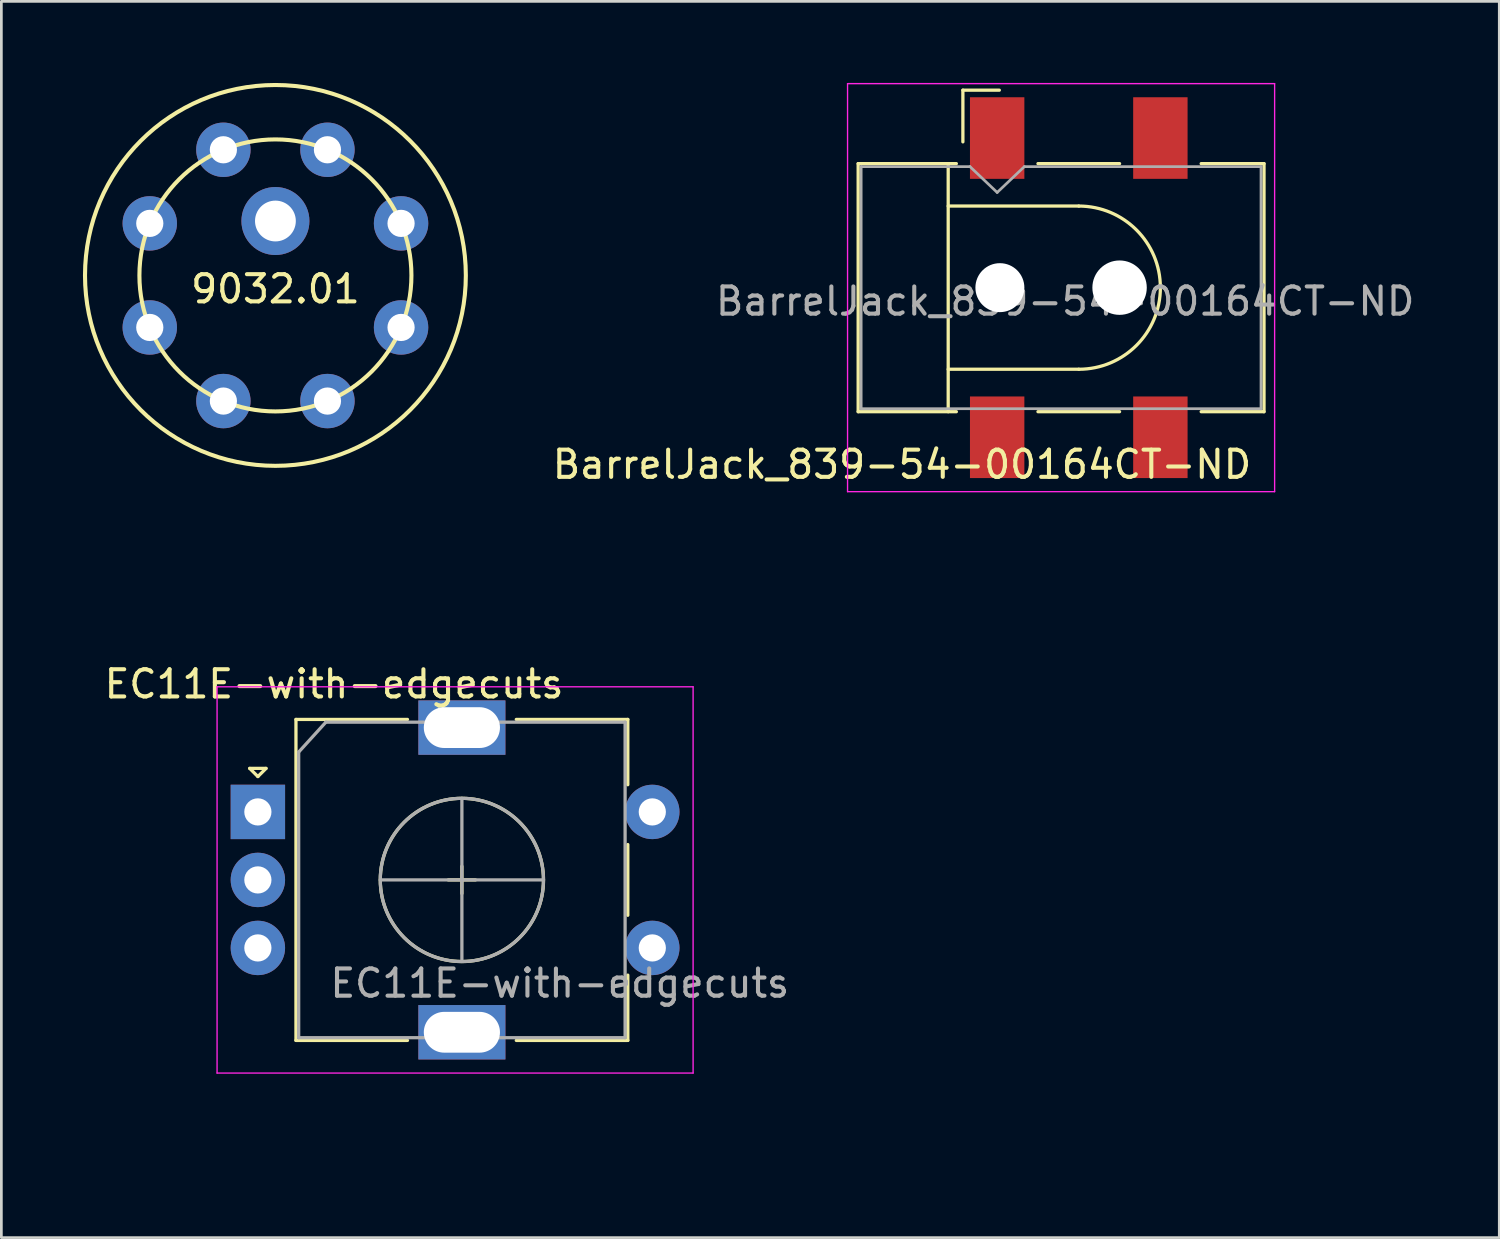
<source format=kicad_pcb>
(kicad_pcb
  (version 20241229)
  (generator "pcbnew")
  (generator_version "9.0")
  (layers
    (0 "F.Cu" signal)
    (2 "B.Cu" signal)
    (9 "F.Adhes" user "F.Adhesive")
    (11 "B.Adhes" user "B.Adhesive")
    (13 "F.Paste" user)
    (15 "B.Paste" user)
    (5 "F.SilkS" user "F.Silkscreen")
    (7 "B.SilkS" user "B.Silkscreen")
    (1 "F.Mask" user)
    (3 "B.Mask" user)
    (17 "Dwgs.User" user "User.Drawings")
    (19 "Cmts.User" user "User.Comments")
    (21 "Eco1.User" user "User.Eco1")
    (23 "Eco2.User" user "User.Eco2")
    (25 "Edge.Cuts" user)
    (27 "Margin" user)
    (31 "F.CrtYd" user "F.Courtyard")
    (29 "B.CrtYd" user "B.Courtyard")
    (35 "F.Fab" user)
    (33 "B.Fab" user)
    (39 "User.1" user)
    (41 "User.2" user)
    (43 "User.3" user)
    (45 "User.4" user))
  (footprint "EC11E-with-edgecuts"
    (layer "F.Cu")
    (at 13.93 29.298)
    (property "Reference" "EC11E-with-edgecuts" (at -4.7 -7.2 0) (layer "F.SilkS") (effects (font (size 1 1) (thickness 0.15))))
    (attr through_hole)
    (fp_line (start -7.8 -4.1) (end -7.2 -4.1) (stroke (width 0.12) (type solid)) (layer "F.SilkS"))
    (fp_line (start -7.5 -3.8) (end -7.8 -4.1) (stroke (width 0.12) (type solid)) (layer "F.SilkS"))
    (fp_line (start -7.2 -4.1) (end -7.5 -3.8) (stroke (width 0.12) (type solid)) (layer "F.SilkS"))
    (fp_line (start -6.1 -5.9) (end -6.1 5.9) (stroke (width 0.12) (type solid)) (layer "F.SilkS"))
    (fp_line (start -2 -5.9) (end -6.1 -5.9) (stroke (width 0.12) (type solid)) (layer "F.SilkS"))
    (fp_line (start -2 5.9) (end -6.1 5.9) (stroke (width 0.12) (type solid)) (layer "F.SilkS"))
    (fp_line (start -0.5 0) (end 0.5 0) (stroke (width 0.12) (type solid)) (layer "F.SilkS"))
    (fp_line (start 0 -0.5) (end 0 0.5) (stroke (width 0.12) (type solid)) (layer "F.SilkS"))
    (fp_line (start 2 -5.9) (end 6.1 -5.9) (stroke (width 0.12) (type solid)) (layer "F.SilkS"))
    (fp_line (start 6.1 -5.9) (end 6.1 -3.5) (stroke (width 0.12) (type solid)) (layer "F.SilkS"))
    (fp_line (start 6.1 -1.3) (end 6.1 1.3) (stroke (width 0.12) (type solid)) (layer "F.SilkS"))
    (fp_line (start 6.1 3.5) (end 6.1 5.9) (stroke (width 0.12) (type solid)) (layer "F.SilkS"))
    (fp_line (start 6.1 5.9) (end 2 5.9) (stroke (width 0.12) (type solid)) (layer "F.SilkS"))
    (fp_circle (center 0 0) (end 3 0) (stroke (width 0.12) (type solid)) (fill no) (layer "F.SilkS"))
    (fp_line (start -13.2 -6.1) (end -9 -6.1) (stroke (width 0.12) (type solid)) (layer "Eco1.User"))
    (fp_line (start -13.2 6.1) (end -13.2 -6.1) (stroke (width 0.12) (type solid)) (layer "Eco1.User"))
    (fp_line (start -13.2 7) (end -13.2 8) (stroke (width 0.12) (type solid)) (layer "Eco1.User"))
    (fp_line (start -13.2 8) (end -9 8) (stroke (width 0.12) (type solid)) (layer "Eco1.User"))
    (fp_line (start -9 -9) (end -9 -8) (stroke (width 0.12) (type solid)) (layer "Eco1.User"))
    (fp_line (start -9 -9) (end 9 -9) (stroke (width 0.12) (type solid)) (layer "Eco1.User"))
    (fp_line (start -9 -6.1) (end -9 6.1) (stroke (width 0.12) (type solid)) (layer "Eco1.User"))
    (fp_line (start -9 6.1) (end -13.2 6.1) (stroke (width 0.12) (type solid)) (layer "Eco1.User"))
    (fp_line (start -9 8) (end -9 7) (stroke (width 0.12) (type solid)) (layer "Eco1.User"))
    (fp_line (start 9 -9) (end 9 -8) (stroke (width 0.12) (type solid)) (layer "Eco1.User"))
    (fp_line (start 9 -6.1) (end 13.2 -6.1) (stroke (width 0.12) (type solid)) (layer "Eco1.User"))
    (fp_line (start 9 6.1) (end 9 -6.1) (stroke (width 0.12) (type solid)) (layer "Eco1.User"))
    (fp_line (start 13.2 -6.1) (end 13.2 6.1) (stroke (width 0.12) (type solid)) (layer "Eco1.User"))
    (fp_line (start 13.2 6.1) (end 9 6.1) (stroke (width 0.12) (type solid)) (layer "Eco1.User"))
    (fp_line (start 14 -6.1) (end 15 -6.1) (stroke (width 0.12) (type solid)) (layer "Eco1.User"))
    (fp_line (start 15 -6.1) (end 15 6.1) (stroke (width 0.12) (type solid)) (layer "Eco1.User"))
    (fp_line (start 15 6.1) (end 14 6.1) (stroke (width 0.12) (type solid)) (layer "Eco1.User"))
    (fp_line (start -9 -7.1) (end -9 7.1) (stroke (width 0.05) (type solid)) (layer "F.CrtYd"))
    (fp_line (start -9 -7.1) (end 8.5 -7.1) (stroke (width 0.05) (type solid)) (layer "F.CrtYd"))
    (fp_line (start 8.5 7.1) (end -9 7.1) (stroke (width 0.05) (type solid)) (layer "F.CrtYd"))
    (fp_line (start 8.5 7.1) (end 8.5 -7.1) (stroke (width 0.05) (type solid)) (layer "F.CrtYd"))
    (fp_line (start -6 -4.7) (end -5 -5.8) (stroke (width 0.12) (type solid)) (layer "F.Fab"))
    (fp_line (start -6 5.8) (end -6 -4.7) (stroke (width 0.12) (type solid)) (layer "F.Fab"))
    (fp_line (start -5 -5.8) (end 6 -5.8) (stroke (width 0.12) (type solid)) (layer "F.Fab"))
    (fp_line (start -3 0) (end 3 0) (stroke (width 0.12) (type solid)) (layer "F.Fab"))
    (fp_line (start 0 -3) (end 0 3) (stroke (width 0.12) (type solid)) (layer "F.Fab"))
    (fp_line (start 6 -5.8) (end 6 5.8) (stroke (width 0.12) (type solid)) (layer "F.Fab"))
    (fp_line (start 6 5.8) (end -6 5.8) (stroke (width 0.12) (type solid)) (layer "F.Fab"))
    (fp_circle (center 0 0) (end 3 0) (stroke (width 0.12) (type solid)) (fill no) (layer "F.Fab"))
    (fp_text user "0.1 mm grid" (at -12.1 -0.1 90) (layer "Eco1.User") (effects (font (size 1 1) (thickness 0.15))))
    (fp_text user "20 mm" (at 0.4 -10.4 180) (layer "Eco1.User") (effects (font (size 1 1) (thickness 0.15))))
    (fp_text user "12.2 mm" (at 16.2 0 90) (layer "Eco1.User") (effects (font (size 1 1) (thickness 0.15))))
    (fp_text user "4.2 mm" (at -10.9 9.3 180) (layer "Eco1.User") (effects (font (size 1 1) (thickness 0.15))))
    (fp_text user "${REFERENCE}" (at 3.6 3.8 0) (layer "F.Fab") (effects (font (size 1 1) (thickness 0.15))))
    (pad "A" thru_hole rect (at -7.5 -2.5) (size 2 2) (drill 1) (layers "*.Cu" "*.Mask"))
    (pad "B" thru_hole circle (at -7.5 2.5) (size 2 2) (drill 1) (layers "*.Cu" "*.Mask"))
    (pad "C" thru_hole circle (at -7.5 0) (size 2 2) (drill 1) (layers "*.Cu" "*.Mask"))
    (pad "MP" thru_hole rect (at 0 -5.6) (size 3.2 2) (drill oval 2.8 1.5) (layers "*.Cu" "*.Mask"))
    (pad "MP" thru_hole rect (at 0 5.6) (size 3.2 2) (drill oval 2.8 1.5) (layers "*.Cu" "*.Mask"))
    (pad "S1" thru_hole circle (at 7 2.5) (size 2 2) (drill 1) (layers "*.Cu" "*.Mask"))
    (pad "S2" thru_hole circle (at 7 -2.5) (size 2 2) (drill 1) (layers "*.Cu" "*.Mask")))
  (footprint "9032.01"
    (layer "F.Cu")
    (at 7.075 7.075)
    (property "Reference" "9032.01" (at 0 0.5 0) (layer "F.SilkS") (effects (font (size 1 1) (thickness 0.15))))
    (attr through_hole)
    (fp_circle (center 0 0) (end 5 0) (stroke (width 0.15) (type solid)) (fill no) (layer "F.SilkS"))
    (fp_circle (center 0 0) (end 7 0) (stroke (width 0.15) (type solid)) (fill no) (layer "F.SilkS"))
    (pad "1" thru_hole circle (at 1.913 4.619) (size 2 2) (drill 1) (layers "*.Cu" "*.Mask"))
    (pad "2" thru_hole circle (at -1.913 4.619) (size 2 2) (drill 1) (layers "*.Cu" "*.Mask"))
    (pad "3" thru_hole circle (at -4.619 1.913) (size 2 2) (drill 1) (layers "*.Cu" "*.Mask"))
    (pad "4" thru_hole circle (at -4.619 -1.913) (size 2 2) (drill 1) (layers "*.Cu" "*.Mask"))
    (pad "5" thru_hole circle (at -1.913 -4.619) (size 2 2) (drill 1) (layers "*.Cu" "*.Mask"))
    (pad "6" thru_hole circle (at 1.913 -4.619) (size 2 2) (drill 1) (layers "*.Cu" "*.Mask"))
    (pad "7" thru_hole circle (at 4.619 -1.913) (size 2 2) (drill 1) (layers "*.Cu" "*.Mask"))
    (pad "8" thru_hole circle (at 4.619 1.913) (size 2 2) (drill 1) (layers "*.Cu" "*.Mask"))
    (pad "13" thru_hole circle (at 0 -2) (size 2.5 2.5) (drill 1.5) (layers "*.Cu" "*.Mask")))
  (footprint "BarrelJack_‎839-54-00164CT-ND‎"
    (layer "F.Cu")
    (at 36.608 7.525)
    (property "Reference" "BarrelJack_‎839-54-00164CT-ND‎" (at -6.5 6.5 180) (layer "F.SilkS") (effects (font (size 1 1) (thickness 0.15))))
    (attr smd)
    (fp_line (start -8.11 -4.56) (end -4.5 -4.56) (stroke (width 0.12) (type solid)) (layer "F.SilkS"))
    (fp_line (start -8.11 4.56) (end -8.11 -4.56) (stroke (width 0.12) (type solid)) (layer "F.SilkS"))
    (fp_line (start -8.11 4.56) (end -4.5 4.56) (stroke (width 0.12) (type solid)) (layer "F.SilkS"))
    (fp_line (start -4.8 -3) (end 0 -3) (stroke (width 0.12) (type solid)) (layer "F.SilkS"))
    (fp_line (start -4.8 3) (end 0 3) (stroke (width 0.12) (type solid)) (layer "F.SilkS"))
    (fp_line (start -4.8 4.56) (end -4.8 -4.56) (stroke (width 0.12) (type solid)) (layer "F.SilkS"))
    (fp_line (start -4.26 -7.26) (end -4.26 -5.36) (stroke (width 0.12) (type solid)) (layer "F.SilkS"))
    (fp_line (start -2.92 -7.26) (end -4.26 -7.26) (stroke (width 0.12) (type solid)) (layer "F.SilkS"))
    (fp_line (start -1.5 -4.56) (end 1.5 -4.56) (stroke (width 0.12) (type solid)) (layer "F.SilkS"))
    (fp_line (start -1.5 4.56) (end 1.5 4.56) (stroke (width 0.12) (type solid)) (layer "F.SilkS"))
    (fp_line (start 4.5 -4.56) (end 6.81 -4.56) (stroke (width 0.12) (type solid)) (layer "F.SilkS"))
    (fp_line (start 4.5 4.56) (end 6.81 4.56) (stroke (width 0.12) (type solid)) (layer "F.SilkS"))
    (fp_line (start 6.81 4.56) (end 6.81 -4.56) (stroke (width 0.12) (type solid)) (layer "F.SilkS"))
    (fp_arc (start 0 -3) (mid 3 0) (end 0 3) (stroke (width 0.12) (type solid)) (layer "F.SilkS"))
    (fp_line (start -8.5 -7.5) (end 7.2 -7.5) (stroke (width 0.05) (type solid)) (layer "F.CrtYd"))
    (fp_line (start -8.5 7.5) (end -8.5 -7.5) (stroke (width 0.05) (type solid)) (layer "F.CrtYd"))
    (fp_line (start -8.5 7.5) (end 7.2 7.5) (stroke (width 0.05) (type solid)) (layer "F.CrtYd"))
    (fp_line (start 7.2 7.5) (end 7.2 -7.5) (stroke (width 0.05) (type solid)) (layer "F.CrtYd"))
    (fp_line (start -8 -4.45) (end -4 -4.45) (stroke (width 0.1) (type solid)) (layer "F.Fab"))
    (fp_line (start -8 4.45) (end -8 -4.45) (stroke (width 0.1) (type solid)) (layer "F.Fab"))
    (fp_line (start -8 4.45) (end 6.7 4.45) (stroke (width 0.1) (type solid)) (layer "F.Fab"))
    (fp_line (start -4 -4.45) (end -3 -3.5) (stroke (width 0.1) (type solid)) (layer "F.Fab"))
    (fp_line (start -3 -3.5) (end -2 -4.45) (stroke (width 0.1) (type solid)) (layer "F.Fab"))
    (fp_line (start -2 -4.45) (end 6.7 -4.45) (stroke (width 0.1) (type solid)) (layer "F.Fab"))
    (fp_line (start 6.7 4.45) (end 6.7 -4.45) (stroke (width 0.1) (type solid)) (layer "F.Fab"))
    (fp_text user "${REFERENCE}" (at -0.5 0.5 180) (layer "F.Fab") (effects (font (size 1 1) (thickness 0.15))))
    (pad "" np_thru_hole oval (at -2.9 0 90) (size 1.8 1.8) (drill 1.8) (layers "*.Cu" "*.Mask"))
    (pad "" np_thru_hole circle (at 1.5 0 90) (size 2 2) (drill 2) (layers "*.Cu" "*.Mask"))
    (pad "1" smd rect (at -3 -5.5 90) (size 3 2) (layers "F.Cu" "F.Mask" "F.Paste"))
    (pad "1" smd rect (at 3 -5.5 90) (size 3 2) (layers "F.Cu" "F.Mask" "F.Paste"))
    (pad "2" smd rect (at 3 5.5 90) (size 3 2) (layers "F.Cu" "F.Mask" "F.Paste"))
    (pad "3" smd rect (at -3 5.5 90) (size 3 2) (layers "F.Cu" "F.Mask" "F.Paste")))
  (gr_rect
    (start -3 -3)
    (end 52.067 42.447)
    (stroke (width 0.1) (type default))
    (fill no)
    (layer "Edge.Cuts")))
</source>
